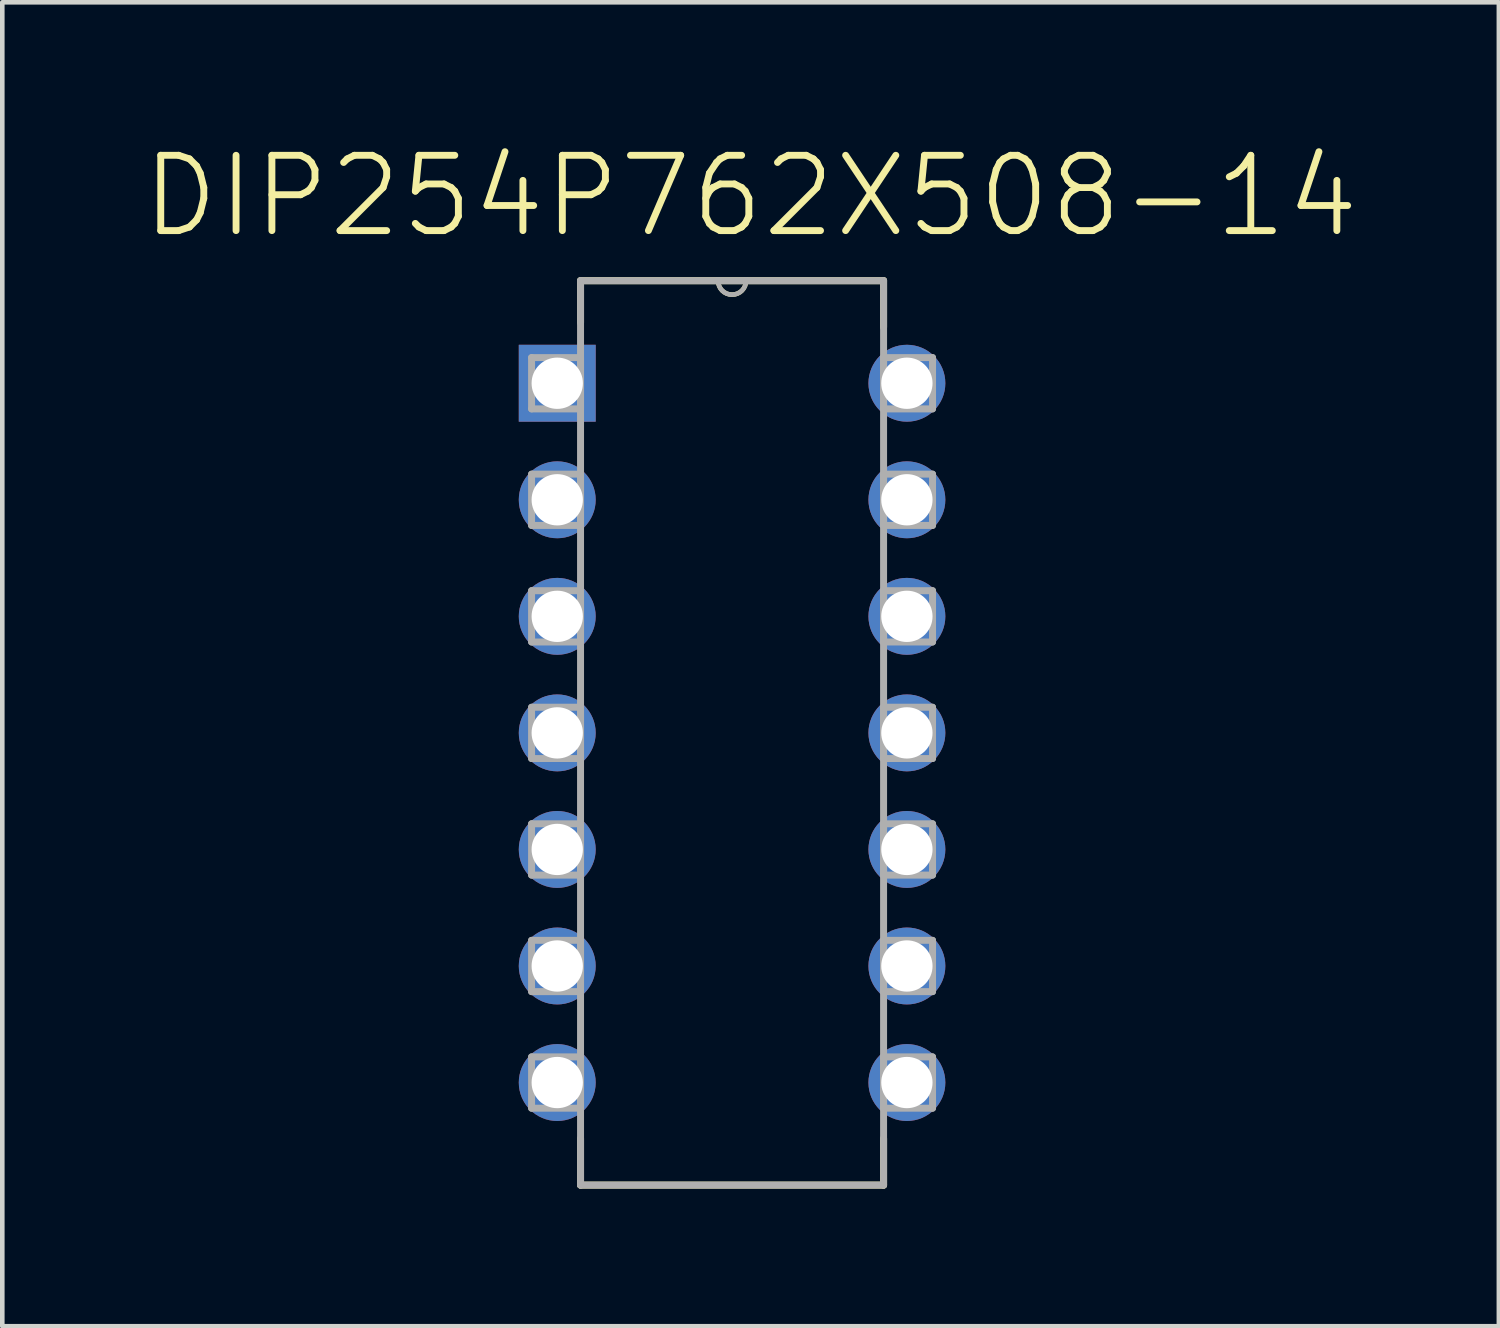
<source format=kicad_pcb>
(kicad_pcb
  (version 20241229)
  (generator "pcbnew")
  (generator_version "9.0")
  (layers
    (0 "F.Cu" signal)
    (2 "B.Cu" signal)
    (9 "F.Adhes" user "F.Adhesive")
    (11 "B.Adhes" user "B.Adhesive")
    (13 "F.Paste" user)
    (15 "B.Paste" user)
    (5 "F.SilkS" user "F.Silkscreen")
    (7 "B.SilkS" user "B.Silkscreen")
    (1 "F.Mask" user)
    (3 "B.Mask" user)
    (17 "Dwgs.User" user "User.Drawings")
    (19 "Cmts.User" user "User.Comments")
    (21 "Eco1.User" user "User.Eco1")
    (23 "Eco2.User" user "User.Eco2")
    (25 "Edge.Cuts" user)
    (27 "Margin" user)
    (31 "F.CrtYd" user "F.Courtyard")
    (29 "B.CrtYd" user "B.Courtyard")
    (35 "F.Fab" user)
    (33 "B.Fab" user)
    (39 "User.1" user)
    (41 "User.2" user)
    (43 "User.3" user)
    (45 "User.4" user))
  (footprint "DIP254P762X508-14"
    (layer "F.Cu")
    (at 16.714 20.542)
    (property "Reference" "DIP254P762X508-14" (at -3.406 -19.318 0) (layer "F.SilkS") (effects (font (size 1.641 1.641) (thickness 0.15))))
    (attr through_hole)
    (fp_line (start -7.112 -17.475) (end -7.112 -16.561) (stroke (width 0.152) (type solid)) (layer "F.SilkS"))
    (fp_line (start -7.112 1.219) (end -7.112 2.235) (stroke (width 0.152) (type solid)) (layer "F.SilkS"))
    (fp_line (start -7.112 2.235) (end -0.508 2.235) (stroke (width 0.152) (type solid)) (layer "F.SilkS"))
    (fp_line (start -4.115 -17.475) (end -7.112 -17.475) (stroke (width 0.152) (type solid)) (layer "F.SilkS"))
    (fp_line (start -3.505 -17.475) (end -4.115 -17.475) (stroke (width 0.152) (type solid)) (layer "F.SilkS"))
    (fp_line (start -0.508 -17.475) (end -3.505 -17.475) (stroke (width 0.152) (type solid)) (layer "F.SilkS"))
    (fp_line (start -0.508 -16.459) (end -0.508 -17.475) (stroke (width 0.152) (type solid)) (layer "F.SilkS"))
    (fp_line (start -0.508 2.235) (end -0.508 1.219) (stroke (width 0.152) (type solid)) (layer "F.SilkS"))
    (fp_arc (start -3.5052 -17.4752) (mid -3.81 -17.1704) (end -4.1148 -17.4752) (stroke (width 0.1) (type solid)) (layer "F.SilkS"))
    (fp_line (start -8.179 -15.799) (end -8.179 -14.681) (stroke (width 0.152) (type solid)) (layer "F.Fab"))
    (fp_line (start -8.179 -14.681) (end -7.112 -14.681) (stroke (width 0.152) (type solid)) (layer "F.Fab"))
    (fp_line (start -8.179 -13.259) (end -8.179 -12.141) (stroke (width 0.152) (type solid)) (layer "F.Fab"))
    (fp_line (start -8.179 -12.141) (end -7.112 -12.141) (stroke (width 0.152) (type solid)) (layer "F.Fab"))
    (fp_line (start -8.179 -10.719) (end -8.179 -9.601) (stroke (width 0.152) (type solid)) (layer "F.Fab"))
    (fp_line (start -8.179 -9.601) (end -7.112 -9.601) (stroke (width 0.152) (type solid)) (layer "F.Fab"))
    (fp_line (start -8.179 -8.179) (end -8.179 -7.061) (stroke (width 0.152) (type solid)) (layer "F.Fab"))
    (fp_line (start -8.179 -7.061) (end -7.112 -7.061) (stroke (width 0.152) (type solid)) (layer "F.Fab"))
    (fp_line (start -8.179 -5.639) (end -8.179 -4.521) (stroke (width 0.152) (type solid)) (layer "F.Fab"))
    (fp_line (start -8.179 -4.521) (end -7.112 -4.521) (stroke (width 0.152) (type solid)) (layer "F.Fab"))
    (fp_line (start -8.179 -3.099) (end -8.179 -1.981) (stroke (width 0.152) (type solid)) (layer "F.Fab"))
    (fp_line (start -8.179 -1.981) (end -7.112 -1.981) (stroke (width 0.152) (type solid)) (layer "F.Fab"))
    (fp_line (start -8.179 -0.559) (end -8.179 0.559) (stroke (width 0.152) (type solid)) (layer "F.Fab"))
    (fp_line (start -8.179 0.559) (end -7.112 0.559) (stroke (width 0.152) (type solid)) (layer "F.Fab"))
    (fp_line (start -7.112 -17.475) (end -7.112 2.235) (stroke (width 0.152) (type solid)) (layer "F.Fab"))
    (fp_line (start -7.112 -15.799) (end -8.179 -15.799) (stroke (width 0.152) (type solid)) (layer "F.Fab"))
    (fp_line (start -7.112 -14.681) (end -7.112 -15.799) (stroke (width 0.152) (type solid)) (layer "F.Fab"))
    (fp_line (start -7.112 -13.259) (end -8.179 -13.259) (stroke (width 0.152) (type solid)) (layer "F.Fab"))
    (fp_line (start -7.112 -12.141) (end -7.112 -13.259) (stroke (width 0.152) (type solid)) (layer "F.Fab"))
    (fp_line (start -7.112 -10.719) (end -8.179 -10.719) (stroke (width 0.152) (type solid)) (layer "F.Fab"))
    (fp_line (start -7.112 -9.601) (end -7.112 -10.719) (stroke (width 0.152) (type solid)) (layer "F.Fab"))
    (fp_line (start -7.112 -8.179) (end -8.179 -8.179) (stroke (width 0.152) (type solid)) (layer "F.Fab"))
    (fp_line (start -7.112 -7.061) (end -7.112 -8.179) (stroke (width 0.152) (type solid)) (layer "F.Fab"))
    (fp_line (start -7.112 -5.639) (end -8.179 -5.639) (stroke (width 0.152) (type solid)) (layer "F.Fab"))
    (fp_line (start -7.112 -4.521) (end -7.112 -5.639) (stroke (width 0.152) (type solid)) (layer "F.Fab"))
    (fp_line (start -7.112 -3.099) (end -8.179 -3.099) (stroke (width 0.152) (type solid)) (layer "F.Fab"))
    (fp_line (start -7.112 -1.981) (end -7.112 -3.099) (stroke (width 0.152) (type solid)) (layer "F.Fab"))
    (fp_line (start -7.112 -0.559) (end -8.179 -0.559) (stroke (width 0.152) (type solid)) (layer "F.Fab"))
    (fp_line (start -7.112 0.559) (end -7.112 -0.559) (stroke (width 0.152) (type solid)) (layer "F.Fab"))
    (fp_line (start -7.112 2.235) (end -0.508 2.235) (stroke (width 0.152) (type solid)) (layer "F.Fab"))
    (fp_line (start -4.115 -17.475) (end -7.112 -17.475) (stroke (width 0.152) (type solid)) (layer "F.Fab"))
    (fp_line (start -3.505 -17.475) (end -4.115 -17.475) (stroke (width 0.152) (type solid)) (layer "F.Fab"))
    (fp_line (start -0.508 -17.475) (end -3.505 -17.475) (stroke (width 0.152) (type solid)) (layer "F.Fab"))
    (fp_line (start -0.508 -15.799) (end -0.508 -14.681) (stroke (width 0.152) (type solid)) (layer "F.Fab"))
    (fp_line (start -0.508 -14.681) (end 0.559 -14.681) (stroke (width 0.152) (type solid)) (layer "F.Fab"))
    (fp_line (start -0.508 -13.259) (end -0.508 -12.141) (stroke (width 0.152) (type solid)) (layer "F.Fab"))
    (fp_line (start -0.508 -12.141) (end 0.559 -12.141) (stroke (width 0.152) (type solid)) (layer "F.Fab"))
    (fp_line (start -0.508 -10.719) (end -0.508 -9.601) (stroke (width 0.152) (type solid)) (layer "F.Fab"))
    (fp_line (start -0.508 -9.601) (end 0.559 -9.601) (stroke (width 0.152) (type solid)) (layer "F.Fab"))
    (fp_line (start -0.508 -8.179) (end -0.508 -7.061) (stroke (width 0.152) (type solid)) (layer "F.Fab"))
    (fp_line (start -0.508 -7.061) (end 0.559 -7.061) (stroke (width 0.152) (type solid)) (layer "F.Fab"))
    (fp_line (start -0.508 -5.639) (end -0.508 -4.521) (stroke (width 0.152) (type solid)) (layer "F.Fab"))
    (fp_line (start -0.508 -4.521) (end 0.559 -4.521) (stroke (width 0.152) (type solid)) (layer "F.Fab"))
    (fp_line (start -0.508 -3.099) (end -0.508 -1.981) (stroke (width 0.152) (type solid)) (layer "F.Fab"))
    (fp_line (start -0.508 -1.981) (end 0.559 -1.981) (stroke (width 0.152) (type solid)) (layer "F.Fab"))
    (fp_line (start -0.508 -0.559) (end -0.508 0.559) (stroke (width 0.152) (type solid)) (layer "F.Fab"))
    (fp_line (start -0.508 0.559) (end 0.559 0.559) (stroke (width 0.152) (type solid)) (layer "F.Fab"))
    (fp_line (start -0.508 2.235) (end -0.508 -17.475) (stroke (width 0.152) (type solid)) (layer "F.Fab"))
    (fp_line (start 0.559 -15.799) (end -0.508 -15.799) (stroke (width 0.152) (type solid)) (layer "F.Fab"))
    (fp_line (start 0.559 -14.681) (end 0.559 -15.799) (stroke (width 0.152) (type solid)) (layer "F.Fab"))
    (fp_line (start 0.559 -13.259) (end -0.508 -13.259) (stroke (width 0.152) (type solid)) (layer "F.Fab"))
    (fp_line (start 0.559 -12.141) (end 0.559 -13.259) (stroke (width 0.152) (type solid)) (layer "F.Fab"))
    (fp_line (start 0.559 -10.719) (end -0.508 -10.719) (stroke (width 0.152) (type solid)) (layer "F.Fab"))
    (fp_line (start 0.559 -9.601) (end 0.559 -10.719) (stroke (width 0.152) (type solid)) (layer "F.Fab"))
    (fp_line (start 0.559 -8.179) (end -0.508 -8.179) (stroke (width 0.152) (type solid)) (layer "F.Fab"))
    (fp_line (start 0.559 -7.061) (end 0.559 -8.179) (stroke (width 0.152) (type solid)) (layer "F.Fab"))
    (fp_line (start 0.559 -5.639) (end -0.508 -5.639) (stroke (width 0.152) (type solid)) (layer "F.Fab"))
    (fp_line (start 0.559 -4.521) (end 0.559 -5.639) (stroke (width 0.152) (type solid)) (layer "F.Fab"))
    (fp_line (start 0.559 -3.099) (end -0.508 -3.099) (stroke (width 0.152) (type solid)) (layer "F.Fab"))
    (fp_line (start 0.559 -1.981) (end 0.559 -3.099) (stroke (width 0.152) (type solid)) (layer "F.Fab"))
    (fp_line (start 0.559 -0.559) (end -0.508 -0.559) (stroke (width 0.152) (type solid)) (layer "F.Fab"))
    (fp_line (start 0.559 0.559) (end 0.559 -0.559) (stroke (width 0.152) (type solid)) (layer "F.Fab"))
    (fp_arc (start -3.5052 -17.4752) (mid -3.81 -17.1704) (end -4.1148 -17.4752) (stroke (width 0.1) (type solid)) (layer "F.Fab"))
    (pad "1" thru_hole rect (at -7.62 -15.24) (size 1.676 1.676) (drill 1.118) (layers "*.Cu" "*.Mask"))
    (pad "2" thru_hole circle (at -7.62 -12.7) (size 1.676 1.676) (drill 1.118) (layers "*.Cu" "*.Mask"))
    (pad "3" thru_hole circle (at -7.62 -10.16) (size 1.676 1.676) (drill 1.118) (layers "*.Cu" "*.Mask"))
    (pad "4" thru_hole circle (at -7.62 -7.62) (size 1.676 1.676) (drill 1.118) (layers "*.Cu" "*.Mask"))
    (pad "5" thru_hole circle (at -7.62 -5.08) (size 1.676 1.676) (drill 1.118) (layers "*.Cu" "*.Mask"))
    (pad "6" thru_hole circle (at -7.62 -2.54) (size 1.676 1.676) (drill 1.118) (layers "*.Cu" "*.Mask"))
    (pad "7" thru_hole circle (at -7.62 0) (size 1.676 1.676) (drill 1.118) (layers "*.Cu" "*.Mask"))
    (pad "8" thru_hole circle (at 0 0) (size 1.676 1.676) (drill 1.118) (layers "*.Cu" "*.Mask"))
    (pad "9" thru_hole circle (at 0 -2.54) (size 1.676 1.676) (drill 1.118) (layers "*.Cu" "*.Mask"))
    (pad "10" thru_hole circle (at 0 -5.08) (size 1.676 1.676) (drill 1.118) (layers "*.Cu" "*.Mask"))
    (pad "11" thru_hole circle (at 0 -7.62) (size 1.676 1.676) (drill 1.118) (layers "*.Cu" "*.Mask"))
    (pad "12" thru_hole circle (at 0 -10.16) (size 1.676 1.676) (drill 1.118) (layers "*.Cu" "*.Mask"))
    (pad "13" thru_hole circle (at 0 -12.7) (size 1.676 1.676) (drill 1.118) (layers "*.Cu" "*.Mask"))
    (pad "14" thru_hole circle (at 0 -15.24) (size 1.676 1.676) (drill 1.118) (layers "*.Cu" "*.Mask")))
  (gr_rect
    (start -3 -3)
    (end 29.615 25.853)
    (stroke (width 0.1) (type default))
    (fill no)
    (layer "Edge.Cuts")))
</source>
